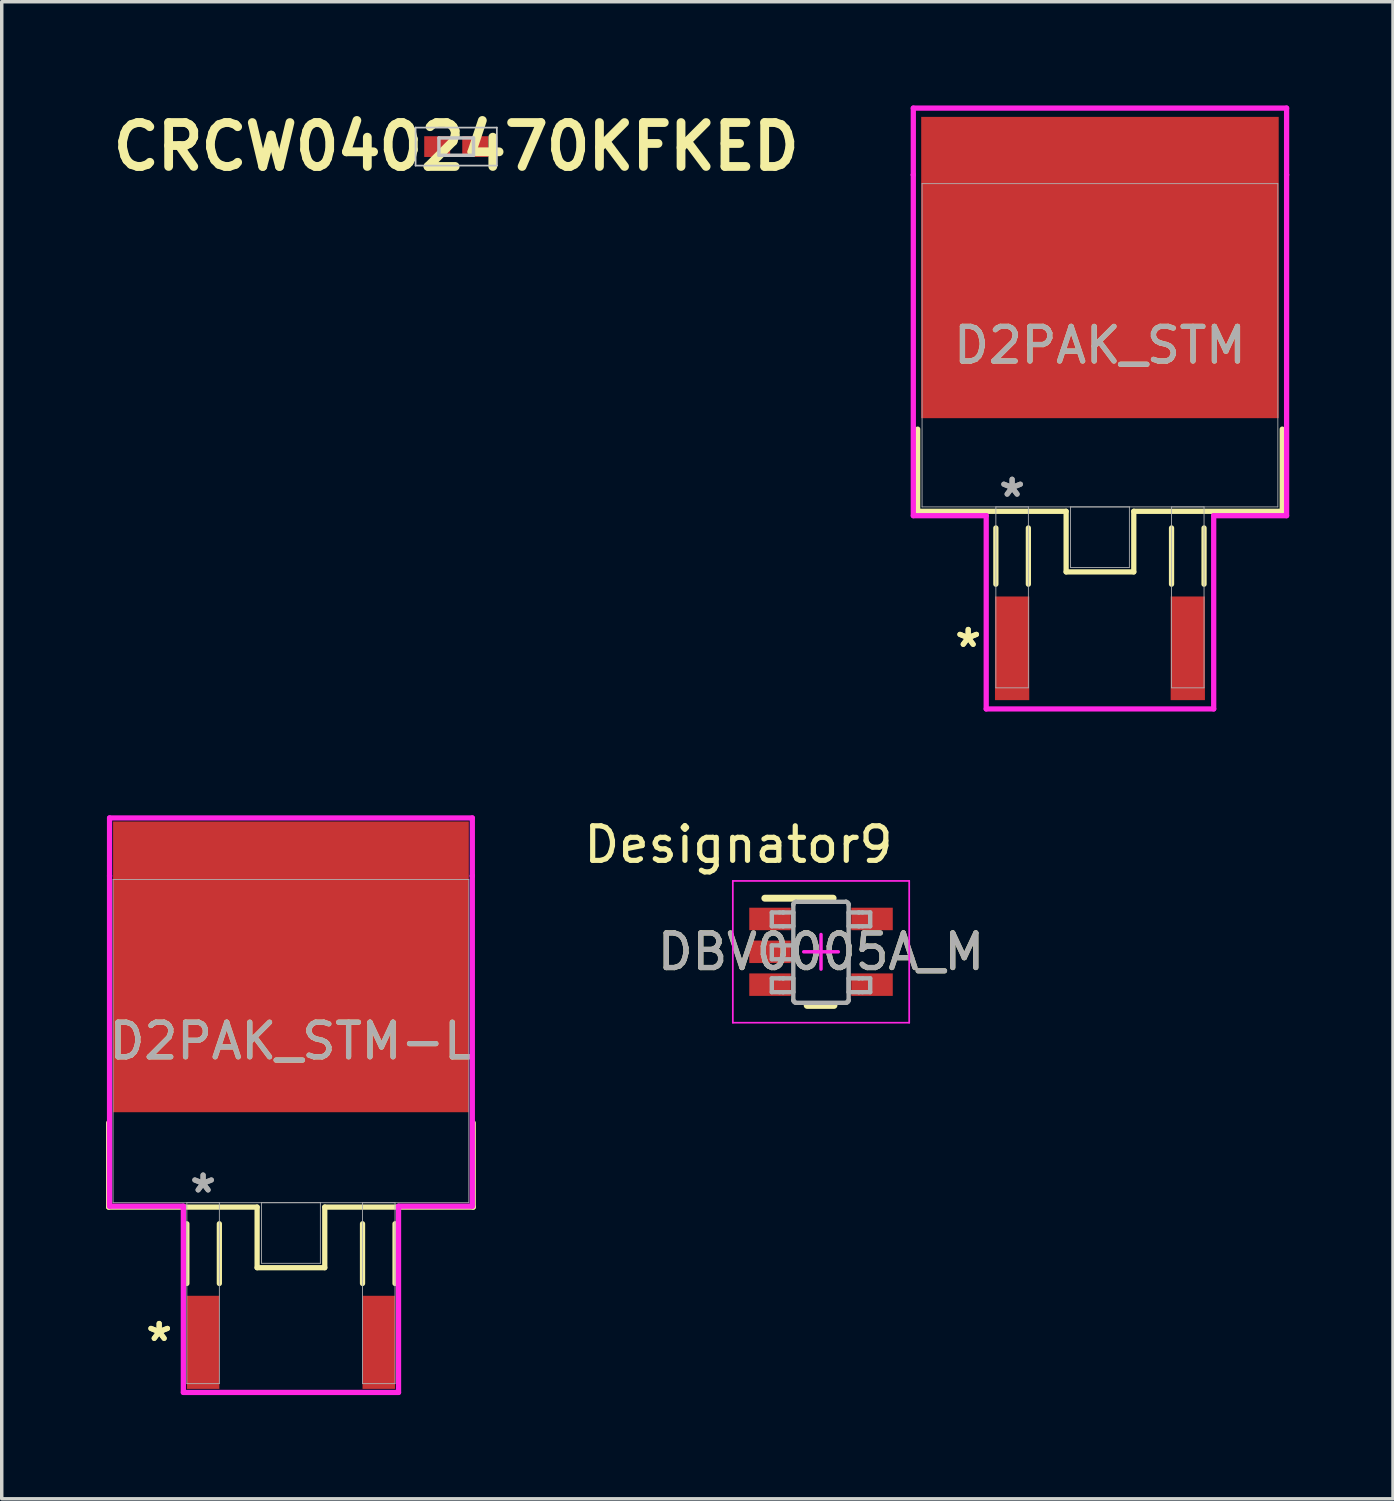
<source format=kicad_pcb>
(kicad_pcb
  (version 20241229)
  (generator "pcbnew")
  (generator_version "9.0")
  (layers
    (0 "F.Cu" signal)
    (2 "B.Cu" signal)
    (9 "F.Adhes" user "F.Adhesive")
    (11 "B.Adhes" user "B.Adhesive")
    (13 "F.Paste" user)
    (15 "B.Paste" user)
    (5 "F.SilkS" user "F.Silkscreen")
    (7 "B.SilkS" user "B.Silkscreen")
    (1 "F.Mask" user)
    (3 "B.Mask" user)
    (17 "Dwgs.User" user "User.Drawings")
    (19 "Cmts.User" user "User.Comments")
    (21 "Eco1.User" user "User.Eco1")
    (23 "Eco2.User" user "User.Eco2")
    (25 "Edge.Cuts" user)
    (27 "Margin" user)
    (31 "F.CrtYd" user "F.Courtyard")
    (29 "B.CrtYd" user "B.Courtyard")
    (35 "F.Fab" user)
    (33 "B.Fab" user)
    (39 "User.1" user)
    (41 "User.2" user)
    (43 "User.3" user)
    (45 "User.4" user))
  (footprint "CRCW0402470KFKED"
    (layer "F.Cu")
    (at 10.142 1.189)
    (property "Reference" "CRCW0402470KFKED" (at 0 0 0) (layer "F.SilkS") (effects (font (size 1.27 1.27) (thickness 0.254))))
    (attr smd)
    (fp_line (start -1.175 -0.55) (end 1.175 -0.55) (stroke (width 0.05) (type solid)) (layer "Dwgs.User"))
    (fp_line (start -1.175 0.55) (end -1.175 -0.55) (stroke (width 0.05) (type solid)) (layer "Dwgs.User"))
    (fp_line (start -0.5 -0.25) (end 0.5 -0.25) (stroke (width 0.1) (type solid)) (layer "Dwgs.User"))
    (fp_line (start -0.5 0.25) (end -0.5 -0.25) (stroke (width 0.1) (type solid)) (layer "Dwgs.User"))
    (fp_line (start 0.5 -0.25) (end 0.5 0.25) (stroke (width 0.1) (type solid)) (layer "Dwgs.User"))
    (fp_line (start 0.5 0.25) (end -0.5 0.25) (stroke (width 0.1) (type solid)) (layer "Dwgs.User"))
    (fp_line (start 1.175 -0.55) (end 1.175 0.55) (stroke (width 0.05) (type solid)) (layer "Dwgs.User"))
    (fp_line (start 1.175 0.55) (end -1.175 0.55) (stroke (width 0.05) (type solid)) (layer "Dwgs.User"))
    (pad "1" smd rect (at -0.55 0 90) (size 0.6 0.75) (layers "F.Cu" "F.Mask" "F.Paste"))
    (pad "2" smd rect (at 0.55 0 90) (size 0.6 0.75) (layers "F.Cu" "F.Mask" "F.Paste")))
  (footprint "DBV0005A_M"
    (layer "F.Cu")
    (at 20.691 24.473)
    (property "Reference" "DBV0005A_M" (at 0 0 0) (unlocked yes) (layer "F.SilkS") (effects (font (size 1 1) (thickness 0.15))))
    (attr smd)
    (fp_line (start -1.625 -1.55) (end 0.35 -1.55) (stroke (width 0.2) (type solid)) (layer "F.SilkS"))
    (fp_line (start -0.4 1.55) (end 0.375 1.55) (stroke (width 0.2) (type solid)) (layer "F.SilkS"))
    (fp_line (start -2.55 -2.05) (end 2.55 -2.05) (stroke (width 0.05) (type solid)) (layer "F.CrtYd"))
    (fp_line (start -2.55 2.05) (end -2.55 -2.05) (stroke (width 0.05) (type solid)) (layer "F.CrtYd"))
    (fp_line (start -2.55 2.05) (end 2.55 2.05) (stroke (width 0.05) (type solid)) (layer "F.CrtYd"))
    (fp_line (start -0.5 0) (end 0.5 0) (stroke (width 0.1) (type solid)) (layer "F.CrtYd"))
    (fp_line (start 0 0.5) (end 0 -0.5) (stroke (width 0.1) (type solid)) (layer "F.CrtYd"))
    (fp_line (start 2.55 2.05) (end 2.55 -2.05) (stroke (width 0.05) (type solid)) (layer "F.CrtYd"))
    (fp_line (start -1.423 -1.138) (end -1.199 -1.138) (stroke (width 0.127) (type solid)) (layer "F.Fab"))
    (fp_line (start -1.423 -0.738) (end -1.423 -1.138) (stroke (width 0.127) (type solid)) (layer "F.Fab"))
    (fp_line (start -1.423 -0.738) (end -1.199 -0.738) (stroke (width 0.127) (type solid)) (layer "F.Fab"))
    (fp_line (start -1.423 -0.186) (end -1.199 -0.186) (stroke (width 0.127) (type solid)) (layer "F.Fab"))
    (fp_line (start -1.423 0.215) (end -1.423 -0.186) (stroke (width 0.127) (type solid)) (layer "F.Fab"))
    (fp_line (start -1.423 0.215) (end -1.199 0.215) (stroke (width 0.127) (type solid)) (layer "F.Fab"))
    (fp_line (start -1.423 0.767) (end -1.199 0.767) (stroke (width 0.127) (type solid)) (layer "F.Fab"))
    (fp_line (start -1.423 1.167) (end -1.423 0.767) (stroke (width 0.127) (type solid)) (layer "F.Fab"))
    (fp_line (start -1.423 1.167) (end -1.199 1.167) (stroke (width 0.127) (type solid)) (layer "F.Fab"))
    (fp_line (start -1.199 -1.138) (end -1.105 -1.138) (stroke (width 0.127) (type solid)) (layer "F.Fab"))
    (fp_line (start -1.199 -0.738) (end -1.105 -0.738) (stroke (width 0.127) (type solid)) (layer "F.Fab"))
    (fp_line (start -1.199 -0.186) (end -1.105 -0.186) (stroke (width 0.127) (type solid)) (layer "F.Fab"))
    (fp_line (start -1.199 0.215) (end -1.105 0.215) (stroke (width 0.127) (type solid)) (layer "F.Fab"))
    (fp_line (start -1.199 0.767) (end -1.105 0.767) (stroke (width 0.127) (type solid)) (layer "F.Fab"))
    (fp_line (start -1.199 1.167) (end -1.105 1.167) (stroke (width 0.127) (type solid)) (layer "F.Fab"))
    (fp_line (start -1.105 -1.138) (end -1.088 -1.138) (stroke (width 0.127) (type solid)) (layer "F.Fab"))
    (fp_line (start -1.105 -0.738) (end -1.088 -0.738) (stroke (width 0.127) (type solid)) (layer "F.Fab"))
    (fp_line (start -1.105 -0.186) (end -1.088 -0.186) (stroke (width 0.127) (type solid)) (layer "F.Fab"))
    (fp_line (start -1.105 0.215) (end -1.088 0.215) (stroke (width 0.127) (type solid)) (layer "F.Fab"))
    (fp_line (start -1.105 0.767) (end -1.088 0.767) (stroke (width 0.127) (type solid)) (layer "F.Fab"))
    (fp_line (start -1.105 1.167) (end -1.088 1.167) (stroke (width 0.127) (type solid)) (layer "F.Fab"))
    (fp_line (start -1.088 -1.138) (end -0.835 -1.138) (stroke (width 0.127) (type solid)) (layer "F.Fab"))
    (fp_line (start -1.088 -0.738) (end -0.835 -0.738) (stroke (width 0.127) (type solid)) (layer "F.Fab"))
    (fp_line (start -1.088 -0.186) (end -0.835 -0.186) (stroke (width 0.127) (type solid)) (layer "F.Fab"))
    (fp_line (start -1.088 0.215) (end -0.835 0.215) (stroke (width 0.127) (type solid)) (layer "F.Fab"))
    (fp_line (start -1.088 0.767) (end -0.835 0.767) (stroke (width 0.127) (type solid)) (layer "F.Fab"))
    (fp_line (start -1.088 1.167) (end -0.835 1.167) (stroke (width 0.127) (type solid)) (layer "F.Fab"))
    (fp_line (start -0.835 -1.138) (end -0.801 -1.138) (stroke (width 0.127) (type solid)) (layer "F.Fab"))
    (fp_line (start -0.835 -0.738) (end -0.801 -0.738) (stroke (width 0.127) (type solid)) (layer "F.Fab"))
    (fp_line (start -0.835 -0.186) (end -0.801 -0.186) (stroke (width 0.127) (type solid)) (layer "F.Fab"))
    (fp_line (start -0.835 0.215) (end -0.801 0.215) (stroke (width 0.127) (type solid)) (layer "F.Fab"))
    (fp_line (start -0.835 0.767) (end -0.801 0.767) (stroke (width 0.127) (type solid)) (layer "F.Fab"))
    (fp_line (start -0.835 1.167) (end -0.801 1.167) (stroke (width 0.127) (type solid)) (layer "F.Fab"))
    (fp_line (start -0.801 -1.37) (end -0.801 -1.371) (stroke (width 0.127) (type solid)) (layer "F.Fab"))
    (fp_line (start -0.801 -0.738) (end -0.801 -1.138) (stroke (width 0.127) (type solid)) (layer "F.Fab"))
    (fp_line (start -0.801 0.215) (end -0.801 -0.186) (stroke (width 0.127) (type solid)) (layer "F.Fab"))
    (fp_line (start -0.801 1.167) (end -0.801 0.767) (stroke (width 0.127) (type solid)) (layer "F.Fab"))
    (fp_line (start -0.801 1.399) (end -0.801 -1.37) (stroke (width 0.127) (type solid)) (layer "F.Fab"))
    (fp_line (start -0.801 1.4) (end -0.801 1.399) (stroke (width 0.127) (type solid)) (layer "F.Fab"))
    (fp_line (start -0.725 -1.446) (end -0.725 -1.446) (stroke (width 0.127) (type solid)) (layer "F.Fab"))
    (fp_line (start -0.725 1.475) (end -0.725 1.475) (stroke (width 0.127) (type solid)) (layer "F.Fab"))
    (fp_line (start -0.725 -1.446) (end 0.723 -1.446) (stroke (width 0.127) (type solid)) (layer "F.Fab"))
    (fp_line (start -0.725 1.475) (end 0.723 1.475) (stroke (width 0.127) (type solid)) (layer "F.Fab"))
    (fp_line (start 0.723 -1.446) (end 0.724 -1.446) (stroke (width 0.127) (type solid)) (layer "F.Fab"))
    (fp_line (start 0.723 1.475) (end 0.724 1.475) (stroke (width 0.127) (type solid)) (layer "F.Fab"))
    (fp_line (start 0.799 -1.37) (end 0.799 -1.371) (stroke (width 0.127) (type solid)) (layer "F.Fab"))
    (fp_line (start 0.799 -1.138) (end 0.834 -1.138) (stroke (width 0.127) (type solid)) (layer "F.Fab"))
    (fp_line (start 0.799 -0.738) (end 0.799 -1.138) (stroke (width 0.127) (type solid)) (layer "F.Fab"))
    (fp_line (start 0.799 -0.738) (end 0.834 -0.738) (stroke (width 0.127) (type solid)) (layer "F.Fab"))
    (fp_line (start 0.799 0.767) (end 0.834 0.767) (stroke (width 0.127) (type solid)) (layer "F.Fab"))
    (fp_line (start 0.799 1.167) (end 0.799 0.767) (stroke (width 0.127) (type solid)) (layer "F.Fab"))
    (fp_line (start 0.799 1.167) (end 0.834 1.167) (stroke (width 0.127) (type solid)) (layer "F.Fab"))
    (fp_line (start 0.799 1.399) (end 0.799 -1.37) (stroke (width 0.127) (type solid)) (layer "F.Fab"))
    (fp_line (start 0.799 1.4) (end 0.799 1.399) (stroke (width 0.127) (type solid)) (layer "F.Fab"))
    (fp_line (start 0.834 -1.138) (end 1.087 -1.138) (stroke (width 0.127) (type solid)) (layer "F.Fab"))
    (fp_line (start 0.834 -0.738) (end 1.087 -0.738) (stroke (width 0.127) (type solid)) (layer "F.Fab"))
    (fp_line (start 0.834 0.767) (end 1.087 0.767) (stroke (width 0.127) (type solid)) (layer "F.Fab"))
    (fp_line (start 0.834 1.167) (end 1.087 1.167) (stroke (width 0.127) (type solid)) (layer "F.Fab"))
    (fp_line (start 1.087 -1.138) (end 1.103 -1.138) (stroke (width 0.127) (type solid)) (layer "F.Fab"))
    (fp_line (start 1.087 -0.738) (end 1.103 -0.738) (stroke (width 0.127) (type solid)) (layer "F.Fab"))
    (fp_line (start 1.087 0.767) (end 1.103 0.767) (stroke (width 0.127) (type solid)) (layer "F.Fab"))
    (fp_line (start 1.087 1.167) (end 1.103 1.167) (stroke (width 0.127) (type solid)) (layer "F.Fab"))
    (fp_line (start 1.103 -1.138) (end 1.198 -1.138) (stroke (width 0.127) (type solid)) (layer "F.Fab"))
    (fp_line (start 1.103 -0.738) (end 1.198 -0.738) (stroke (width 0.127) (type solid)) (layer "F.Fab"))
    (fp_line (start 1.103 0.767) (end 1.198 0.767) (stroke (width 0.127) (type solid)) (layer "F.Fab"))
    (fp_line (start 1.103 1.167) (end 1.198 1.167) (stroke (width 0.127) (type solid)) (layer "F.Fab"))
    (fp_line (start 1.198 -1.138) (end 1.422 -1.138) (stroke (width 0.127) (type solid)) (layer "F.Fab"))
    (fp_line (start 1.198 -0.738) (end 1.422 -0.738) (stroke (width 0.127) (type solid)) (layer "F.Fab"))
    (fp_line (start 1.198 0.767) (end 1.422 0.767) (stroke (width 0.127) (type solid)) (layer "F.Fab"))
    (fp_line (start 1.198 1.167) (end 1.422 1.167) (stroke (width 0.127) (type solid)) (layer "F.Fab"))
    (fp_line (start 1.422 -0.738) (end 1.422 -1.138) (stroke (width 0.127) (type solid)) (layer "F.Fab"))
    (fp_line (start 1.422 1.167) (end 1.422 0.767) (stroke (width 0.127) (type solid)) (layer "F.Fab"))
    (fp_arc (start -0.80074 -1.37084) (mid -0.778218 -1.423887) (end -0.724999 -1.445998) (stroke (width 0.127) (type solid)) (layer "F.Fab"))
    (fp_arc (start -0.724999 1.475) (mid -0.778213 1.452901) (end -0.80074 1.399867) (stroke (width 0.127) (type solid)) (layer "F.Fab"))
    (fp_arc (start 0.723714 -1.445998) (mid 0.776933 -1.423887) (end 0.799455 -1.37084) (stroke (width 0.127) (type solid)) (layer "F.Fab"))
    (fp_arc (start 0.799455 1.399868) (mid 0.776927 1.452901) (end 0.723713 1.475) (stroke (width 0.127) (type solid)) (layer "F.Fab"))
    (fp_text user "Designator9" (at -2.388 -3.099 0) (unlocked yes) (layer "F.SilkS") (effects (font (size 1 1) (thickness 0.15))))
    (fp_text user "${REFERENCE}" (at 0 0 0) (unlocked yes) (layer "F.Fab") (effects (font (size 1 1) (thickness 0.15))))
    (pad "1" smd rect (at -1.475 -0.95 90) (size 0.65 1.2) (layers "F.Cu" "F.Mask" "F.Paste"))
    (pad "2" smd rect (at -1.475 0 90) (size 0.65 1.2) (layers "F.Cu" "F.Mask" "F.Paste"))
    (pad "3" smd rect (at -1.475 0.95 90) (size 0.65 1.2) (layers "F.Cu" "F.Mask" "F.Paste"))
    (pad "4" smd rect (at 1.475 0.95 90) (size 0.65 1.2) (layers "F.Cu" "F.Mask" "F.Paste"))
    (pad "5" smd rect (at 1.475 -0.95 90) (size 0.65 1.2) (layers "F.Cu" "F.Mask" "F.Paste")))
  (footprint "D2PAK_STM"
    (layer "F.Cu")
    (at 28.757 6.934)
    (property "Reference" "D2PAK_STM" (at 0 0 0) (unlocked yes) (layer "F.SilkS") (effects (font (size 1 1) (thickness 0.15))))
    (attr smd)
    (fp_line (start -5.271 2.425) (end -5.271 4.801) (stroke (width 0.152) (type solid)) (layer "F.SilkS"))
    (fp_line (start -5.271 4.801) (end -0.978 4.801) (stroke (width 0.152) (type solid)) (layer "F.SilkS"))
    (fp_line (start -3.01 5.283) (end -3.01 6.909) (stroke (width 0.152) (type solid)) (layer "F.SilkS"))
    (fp_line (start -2.07 5.283) (end -2.07 6.909) (stroke (width 0.152) (type solid)) (layer "F.SilkS"))
    (fp_line (start -0.978 4.801) (end -0.978 6.553) (stroke (width 0.152) (type solid)) (layer "F.SilkS"))
    (fp_line (start -0.978 6.553) (end 0.978 6.553) (stroke (width 0.152) (type solid)) (layer "F.SilkS"))
    (fp_line (start 0.978 4.801) (end 5.271 4.801) (stroke (width 0.152) (type solid)) (layer "F.SilkS"))
    (fp_line (start 0.978 6.553) (end 0.978 4.801) (stroke (width 0.152) (type solid)) (layer "F.SilkS"))
    (fp_line (start 2.07 5.283) (end 2.07 6.909) (stroke (width 0.152) (type solid)) (layer "F.SilkS"))
    (fp_line (start 3.01 5.283) (end 3.01 6.909) (stroke (width 0.152) (type solid)) (layer "F.SilkS"))
    (fp_line (start 5.271 4.801) (end 5.271 2.425) (stroke (width 0.152) (type solid)) (layer "F.SilkS"))
    (fp_line (start -5.397 -6.858) (end 5.397 -6.858) (stroke (width 0.152) (type solid)) (layer "F.CrtYd"))
    (fp_line (start -5.397 -4.928) (end -5.397 -6.858) (stroke (width 0.152) (type solid)) (layer "F.CrtYd"))
    (fp_line (start -5.397 -4.928) (end -5.397 -4.928) (stroke (width 0.152) (type solid)) (layer "F.CrtYd"))
    (fp_line (start -5.397 4.928) (end -5.397 -4.928) (stroke (width 0.152) (type solid)) (layer "F.CrtYd"))
    (fp_line (start -3.289 4.928) (end -5.397 4.928) (stroke (width 0.152) (type solid)) (layer "F.CrtYd"))
    (fp_line (start -3.289 10.516) (end -3.289 4.928) (stroke (width 0.152) (type solid)) (layer "F.CrtYd"))
    (fp_line (start 3.289 4.928) (end 3.289 10.516) (stroke (width 0.152) (type solid)) (layer "F.CrtYd"))
    (fp_line (start 3.289 10.516) (end -3.289 10.516) (stroke (width 0.152) (type solid)) (layer "F.CrtYd"))
    (fp_line (start 5.397 -6.858) (end 5.397 -4.928) (stroke (width 0.152) (type solid)) (layer "F.CrtYd"))
    (fp_line (start 5.397 -4.928) (end 5.397 -4.928) (stroke (width 0.152) (type solid)) (layer "F.CrtYd"))
    (fp_line (start 5.397 -4.928) (end 5.397 4.928) (stroke (width 0.152) (type solid)) (layer "F.CrtYd"))
    (fp_line (start 5.397 4.928) (end 3.289 4.928) (stroke (width 0.152) (type solid)) (layer "F.CrtYd"))
    (fp_line (start -5.144 -4.674) (end -5.144 4.674) (stroke (width 0.025) (type solid)) (layer "F.Fab"))
    (fp_line (start -5.144 4.674) (end 5.144 4.674) (stroke (width 0.025) (type solid)) (layer "F.Fab"))
    (fp_line (start -3.01 4.674) (end -3.01 9.906) (stroke (width 0.025) (type solid)) (layer "F.Fab"))
    (fp_line (start -3.01 9.906) (end -2.07 9.906) (stroke (width 0.025) (type solid)) (layer "F.Fab"))
    (fp_line (start -2.07 4.674) (end -3.01 4.674) (stroke (width 0.025) (type solid)) (layer "F.Fab"))
    (fp_line (start -2.07 9.906) (end -2.07 4.674) (stroke (width 0.025) (type solid)) (layer "F.Fab"))
    (fp_line (start -0.851 4.674) (end -0.851 6.426) (stroke (width 0.025) (type solid)) (layer "F.Fab"))
    (fp_line (start -0.851 6.426) (end 0.851 6.426) (stroke (width 0.025) (type solid)) (layer "F.Fab"))
    (fp_line (start 0.851 4.674) (end -0.851 4.674) (stroke (width 0.025) (type solid)) (layer "F.Fab"))
    (fp_line (start 0.851 6.426) (end 0.851 4.674) (stroke (width 0.025) (type solid)) (layer "F.Fab"))
    (fp_line (start 2.07 4.674) (end 2.07 9.906) (stroke (width 0.025) (type solid)) (layer "F.Fab"))
    (fp_line (start 2.07 9.906) (end 3.01 9.906) (stroke (width 0.025) (type solid)) (layer "F.Fab"))
    (fp_line (start 3.01 4.674) (end 2.07 4.674) (stroke (width 0.025) (type solid)) (layer "F.Fab"))
    (fp_line (start 3.01 9.906) (end 3.01 4.674) (stroke (width 0.025) (type solid)) (layer "F.Fab"))
    (fp_line (start 5.144 -4.674) (end -5.144 -4.674) (stroke (width 0.025) (type solid)) (layer "F.Fab"))
    (fp_line (start 5.144 4.674) (end 5.144 -4.674) (stroke (width 0.025) (type solid)) (layer "F.Fab"))
    (fp_text user "*" (at -3.81 8.763 0) (unlocked yes) (layer "F.SilkS") (effects (font (size 1 1) (thickness 0.15))))
    (fp_text user "*" (at -3.81 8.763 0) (layer "F.SilkS") (effects (font (size 1 1) (thickness 0.15))))
    (fp_text user "${REFERENCE}" (at 0 0 0) (unlocked yes) (layer "F.Fab") (effects (font (size 1 1) (thickness 0.15))))
    (fp_text user "*" (at -2.54 4.42 0) (layer "F.Fab") (effects (font (size 1 1) (thickness 0.15))))
    (fp_text user "*" (at -2.54 4.42 0) (unlocked yes) (layer "F.Fab") (effects (font (size 1 1) (thickness 0.15))))
    (pad "1" smd rect (at -2.54 8.763) (size 0.991 2.997) (layers "F.Cu" "F.Mask" "F.Paste"))
    (pad "2" smd rect (at 2.54 8.763) (size 0.991 2.997) (layers "F.Cu" "F.Mask" "F.Paste"))
    (pad "3" smd rect (at 0 -2.248) (size 10.338 8.712) (layers "F.Cu" "F.Mask" "F.Paste")))
  (footprint "D2PAK_STM-L"
    (layer "F.Cu")
    (at 5.363 27.054)
    (property "Reference" "D2PAK_STM-L" (at 0 0 0) (unlocked yes) (layer "F.SilkS") (effects (font (size 1 1) (thickness 0.15))))
    (attr smd)
    (fp_line (start -5.271 2.365) (end -5.271 4.801) (stroke (width 0.152) (type solid)) (layer "F.SilkS"))
    (fp_line (start -5.271 4.801) (end -0.978 4.801) (stroke (width 0.152) (type solid)) (layer "F.SilkS"))
    (fp_line (start -3.01 5.283) (end -3.01 7.01) (stroke (width 0.152) (type solid)) (layer "F.SilkS"))
    (fp_line (start -2.07 5.283) (end -2.07 7.01) (stroke (width 0.152) (type solid)) (layer "F.SilkS"))
    (fp_line (start -0.978 4.801) (end -0.978 6.553) (stroke (width 0.152) (type solid)) (layer "F.SilkS"))
    (fp_line (start -0.978 6.553) (end 0.978 6.553) (stroke (width 0.152) (type solid)) (layer "F.SilkS"))
    (fp_line (start 0.978 4.801) (end 5.271 4.801) (stroke (width 0.152) (type solid)) (layer "F.SilkS"))
    (fp_line (start 0.978 6.553) (end 0.978 4.801) (stroke (width 0.152) (type solid)) (layer "F.SilkS"))
    (fp_line (start 2.07 5.283) (end 2.07 7.01) (stroke (width 0.152) (type solid)) (layer "F.SilkS"))
    (fp_line (start 3.01 5.283) (end 3.01 7.01) (stroke (width 0.152) (type solid)) (layer "F.SilkS"))
    (fp_line (start 5.271 4.801) (end 5.271 2.365) (stroke (width 0.152) (type solid)) (layer "F.SilkS"))
    (fp_line (start -5.245 -6.452) (end 5.245 -6.452) (stroke (width 0.152) (type solid)) (layer "F.CrtYd"))
    (fp_line (start -5.245 -4.775) (end -5.245 -6.452) (stroke (width 0.152) (type solid)) (layer "F.CrtYd"))
    (fp_line (start -5.245 -4.775) (end -5.245 -4.775) (stroke (width 0.152) (type solid)) (layer "F.CrtYd"))
    (fp_line (start -5.245 4.775) (end -5.245 -4.775) (stroke (width 0.152) (type solid)) (layer "F.CrtYd"))
    (fp_line (start -3.111 4.775) (end -5.245 4.775) (stroke (width 0.152) (type solid)) (layer "F.CrtYd"))
    (fp_line (start -3.111 10.16) (end -3.111 4.775) (stroke (width 0.152) (type solid)) (layer "F.CrtYd"))
    (fp_line (start 3.111 4.775) (end 3.111 10.16) (stroke (width 0.152) (type solid)) (layer "F.CrtYd"))
    (fp_line (start 3.111 10.16) (end -3.111 10.16) (stroke (width 0.152) (type solid)) (layer "F.CrtYd"))
    (fp_line (start 5.245 -6.452) (end 5.245 -4.775) (stroke (width 0.152) (type solid)) (layer "F.CrtYd"))
    (fp_line (start 5.245 -4.775) (end 5.245 -4.775) (stroke (width 0.152) (type solid)) (layer "F.CrtYd"))
    (fp_line (start 5.245 -4.775) (end 5.245 4.775) (stroke (width 0.152) (type solid)) (layer "F.CrtYd"))
    (fp_line (start 5.245 4.775) (end 3.111 4.775) (stroke (width 0.152) (type solid)) (layer "F.CrtYd"))
    (fp_line (start -5.144 -4.674) (end -5.144 4.674) (stroke (width 0.025) (type solid)) (layer "F.Fab"))
    (fp_line (start -5.144 4.674) (end 5.144 4.674) (stroke (width 0.025) (type solid)) (layer "F.Fab"))
    (fp_line (start -3.01 4.674) (end -3.01 9.906) (stroke (width 0.025) (type solid)) (layer "F.Fab"))
    (fp_line (start -3.01 9.906) (end -2.07 9.906) (stroke (width 0.025) (type solid)) (layer "F.Fab"))
    (fp_line (start -2.07 4.674) (end -3.01 4.674) (stroke (width 0.025) (type solid)) (layer "F.Fab"))
    (fp_line (start -2.07 9.906) (end -2.07 4.674) (stroke (width 0.025) (type solid)) (layer "F.Fab"))
    (fp_line (start -0.851 4.674) (end -0.851 6.426) (stroke (width 0.025) (type solid)) (layer "F.Fab"))
    (fp_line (start -0.851 6.426) (end 0.851 6.426) (stroke (width 0.025) (type solid)) (layer "F.Fab"))
    (fp_line (start 0.851 4.674) (end -0.851 4.674) (stroke (width 0.025) (type solid)) (layer "F.Fab"))
    (fp_line (start 0.851 6.426) (end 0.851 4.674) (stroke (width 0.025) (type solid)) (layer "F.Fab"))
    (fp_line (start 2.07 4.674) (end 2.07 9.906) (stroke (width 0.025) (type solid)) (layer "F.Fab"))
    (fp_line (start 2.07 9.906) (end 3.01 9.906) (stroke (width 0.025) (type solid)) (layer "F.Fab"))
    (fp_line (start 3.01 4.674) (end 2.07 4.674) (stroke (width 0.025) (type solid)) (layer "F.Fab"))
    (fp_line (start 3.01 9.906) (end 3.01 4.674) (stroke (width 0.025) (type solid)) (layer "F.Fab"))
    (fp_line (start 5.144 -4.674) (end -5.144 -4.674) (stroke (width 0.025) (type solid)) (layer "F.Fab"))
    (fp_line (start 5.144 4.674) (end 5.144 -4.674) (stroke (width 0.025) (type solid)) (layer "F.Fab"))
    (fp_text user "*" (at -3.81 8.712 0) (unlocked yes) (layer "F.SilkS") (effects (font (size 1 1) (thickness 0.15))))
    (fp_text user "*" (at -3.81 8.712 0) (layer "F.SilkS") (effects (font (size 1 1) (thickness 0.15))))
    (fp_text user "*" (at -2.54 4.42 0) (layer "F.Fab") (effects (font (size 1 1) (thickness 0.15))))
    (fp_text user "${REFERENCE}" (at 0 0 0) (unlocked yes) (layer "F.Fab") (effects (font (size 1 1) (thickness 0.15))))
    (fp_text user "*" (at -2.54 4.42 0) (unlocked yes) (layer "F.Fab") (effects (font (size 1 1) (thickness 0.15))))
    (pad "1" smd rect (at -2.54 8.712) (size 0.94 2.692) (layers "F.Cu" "F.Mask" "F.Paste"))
    (pad "2" smd rect (at 2.54 8.712) (size 0.94 2.692) (layers "F.Cu" "F.Mask" "F.Paste"))
    (pad "3" smd rect (at 0 -2.146) (size 10.287 8.407) (layers "F.Cu" "F.Mask" "F.Paste")))
  (gr_rect
    (start -3 -3)
    (end 37.231 40.29)
    (stroke (width 0.1) (type default))
    (fill no)
    (layer "Edge.Cuts")))
</source>
